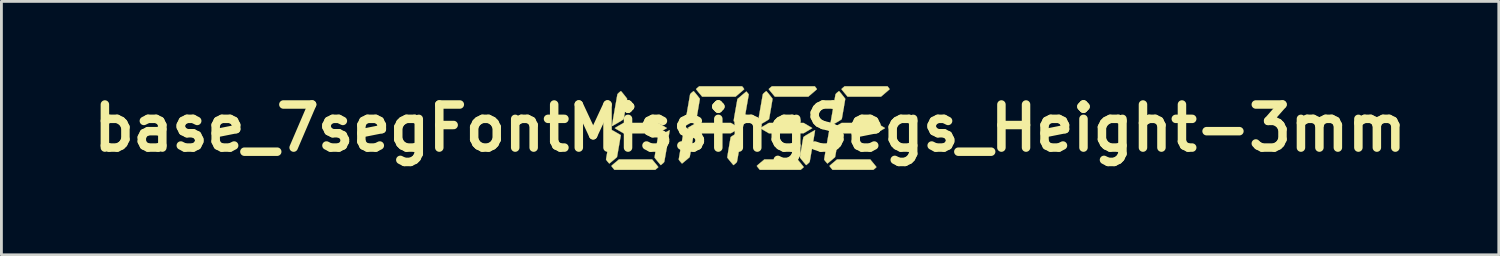
<source format=kicad_pcb>
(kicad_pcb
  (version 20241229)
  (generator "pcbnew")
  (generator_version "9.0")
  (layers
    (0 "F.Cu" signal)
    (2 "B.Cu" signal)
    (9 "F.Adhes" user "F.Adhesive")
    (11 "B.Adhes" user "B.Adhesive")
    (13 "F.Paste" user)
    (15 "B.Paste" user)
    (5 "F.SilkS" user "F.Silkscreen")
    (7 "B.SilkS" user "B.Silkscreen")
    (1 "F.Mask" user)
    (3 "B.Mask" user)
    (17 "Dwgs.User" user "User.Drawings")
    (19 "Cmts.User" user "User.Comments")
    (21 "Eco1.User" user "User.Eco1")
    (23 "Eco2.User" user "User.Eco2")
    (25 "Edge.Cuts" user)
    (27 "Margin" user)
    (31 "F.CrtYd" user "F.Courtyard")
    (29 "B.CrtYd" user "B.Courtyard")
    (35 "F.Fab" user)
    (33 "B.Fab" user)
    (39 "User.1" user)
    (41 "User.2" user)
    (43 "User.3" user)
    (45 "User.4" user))
  (footprint "base_7segFontMissingSegs_Height-3mm"
    (layer "F.Cu")
    (at 23.484 1.481)
    (property "Reference" "base_7segFontMissingSegs_Height-3mm" (at 0 0 0) (layer "F.SilkS") (effects (font (size 1.524 1.524) (thickness 0.3))))
    (attr through_hole)
    (fp_poly (pts (xy -3.356 1.242) (xy -3.323 1.281) (xy -3.295 1.316) (xy -3.272 1.345) (xy -3.256 1.366) (xy -3.248 1.378) (xy -3.247 1.379) (xy -3.253 1.387) (xy -3.268 1.401) (xy -3.29 1.421) (xy -3.302 1.431) (xy -3.356 1.476) (xy -4.799 1.476) (xy -4.853 1.411) (xy -4.875 1.383) (xy -4.893 1.36) (xy -4.904 1.344) (xy -4.907 1.339) (xy -4.901 1.332) (xy -4.884 1.316) (xy -4.859 1.294) (xy -4.827 1.266) (xy -4.79 1.235) (xy -4.774 1.222) (xy -4.642 1.111) (xy -3.465 1.111) (xy -3.356 1.242)) (stroke (width 0.01) (type solid)) (fill yes) (layer "F.SilkS"))
    (fp_poly (pts (xy 1.788 1.242) (xy 1.82 1.281) (xy 1.848 1.316) (xy 1.872 1.345) (xy 1.888 1.366) (xy 1.896 1.378) (xy 1.897 1.379) (xy 1.891 1.387) (xy 1.875 1.401) (xy 1.853 1.421) (xy 1.842 1.431) (xy 1.788 1.476) (xy 0.344 1.476) (xy 0.291 1.411) (xy 0.269 1.383) (xy 0.251 1.36) (xy 0.24 1.344) (xy 0.237 1.339) (xy 0.243 1.332) (xy 0.259 1.316) (xy 0.284 1.294) (xy 0.316 1.266) (xy 0.353 1.235) (xy 0.369 1.222) (xy 0.502 1.111) (xy 1.679 1.111) (xy 1.788 1.242)) (stroke (width 0.01) (type solid)) (fill yes) (layer "F.SilkS"))
    (fp_poly (pts (xy 4.36 1.242) (xy 4.392 1.281) (xy 4.42 1.316) (xy 4.443 1.345) (xy 4.46 1.366) (xy 4.468 1.378) (xy 4.468 1.379) (xy 4.462 1.387) (xy 4.447 1.401) (xy 4.425 1.421) (xy 4.414 1.431) (xy 4.359 1.476) (xy 2.916 1.476) (xy 2.862 1.411) (xy 2.84 1.383) (xy 2.823 1.36) (xy 2.812 1.344) (xy 2.809 1.339) (xy 2.814 1.332) (xy 2.831 1.316) (xy 2.856 1.294) (xy 2.888 1.266) (xy 2.925 1.235) (xy 2.941 1.222) (xy 3.073 1.111) (xy 4.251 1.111) (xy 4.36 1.242)) (stroke (width 0.01) (type solid)) (fill yes) (layer "F.SilkS"))
    (fp_poly (pts (xy -1.042 -1.476) (xy -0.282 -1.476) (xy -0.243 -1.429) (xy -0.226 -1.405) (xy -0.214 -1.386) (xy -0.21 -1.375) (xy -0.21 -1.374) (xy -0.217 -1.367) (xy -0.235 -1.351) (xy -0.261 -1.328) (xy -0.294 -1.299) (xy -0.333 -1.266) (xy -0.365 -1.239) (xy -0.515 -1.111) (xy -1.695 -1.111) (xy -1.804 -1.242) (xy -1.836 -1.281) (xy -1.864 -1.316) (xy -1.887 -1.345) (xy -1.904 -1.366) (xy -1.912 -1.378) (xy -1.912 -1.379) (xy -1.906 -1.386) (xy -1.891 -1.401) (xy -1.869 -1.421) (xy -1.857 -1.431) (xy -1.803 -1.476) (xy -1.042 -1.476)) (stroke (width 0.01) (type solid)) (fill yes) (layer "F.SilkS"))
    (fp_poly (pts (xy 1.53 -1.476) (xy 2.29 -1.476) (xy 2.328 -1.429) (xy 2.346 -1.405) (xy 2.358 -1.386) (xy 2.362 -1.375) (xy 2.362 -1.374) (xy 2.355 -1.367) (xy 2.337 -1.351) (xy 2.311 -1.328) (xy 2.277 -1.299) (xy 2.239 -1.266) (xy 2.207 -1.239) (xy 2.057 -1.111) (xy 0.877 -1.111) (xy 0.768 -1.242) (xy 0.736 -1.281) (xy 0.707 -1.316) (xy 0.684 -1.345) (xy 0.668 -1.366) (xy 0.66 -1.378) (xy 0.659 -1.379) (xy 0.665 -1.386) (xy 0.681 -1.401) (xy 0.703 -1.421) (xy 0.715 -1.431) (xy 0.769 -1.476) (xy 1.53 -1.476)) (stroke (width 0.01) (type solid)) (fill yes) (layer "F.SilkS"))
    (fp_poly (pts (xy 4.101 -1.476) (xy 4.862 -1.476) (xy 4.9 -1.429) (xy 4.918 -1.405) (xy 4.93 -1.386) (xy 4.934 -1.375) (xy 4.933 -1.374) (xy 4.926 -1.367) (xy 4.909 -1.351) (xy 4.882 -1.328) (xy 4.849 -1.299) (xy 4.81 -1.266) (xy 4.779 -1.239) (xy 4.628 -1.111) (xy 3.449 -1.111) (xy 3.34 -1.242) (xy 3.308 -1.281) (xy 3.279 -1.316) (xy 3.256 -1.345) (xy 3.24 -1.366) (xy 3.232 -1.378) (xy 3.231 -1.379) (xy 3.237 -1.386) (xy 3.253 -1.401) (xy 3.275 -1.421) (xy 3.286 -1.431) (xy 3.341 -1.476) (xy 4.101 -1.476)) (stroke (width 0.01) (type solid)) (fill yes) (layer "F.SilkS"))
    (fp_poly (pts (xy -3.099 -0.093) (xy -3.054 -0.067) (xy -3.015 -0.044) (xy -2.983 -0.024) (xy -2.959 -0.01) (xy -2.947 -0.002) (xy -2.945 0) (xy -2.952 0.005) (xy -2.97 0.017) (xy -2.998 0.034) (xy -3.035 0.055) (xy -3.077 0.08) (xy -3.099 0.093) (xy -3.253 0.183) (xy -3.867 0.182) (xy -4.481 0.182) (xy -4.633 0.093) (xy -4.678 0.067) (xy -4.717 0.044) (xy -4.749 0.024) (xy -4.772 0.01) (xy -4.785 0.001) (xy -4.786 0) (xy -4.78 -0.005) (xy -4.761 -0.017) (xy -4.733 -0.034) (xy -4.697 -0.055) (xy -4.655 -0.08) (xy -4.632 -0.093) (xy -4.477 -0.183) (xy -3.252 -0.183) (xy -3.099 -0.093)) (stroke (width 0.01) (type solid)) (fill yes) (layer "F.SilkS"))
    (fp_poly (pts (xy -0.527 -0.093) (xy -0.482 -0.067) (xy -0.443 -0.044) (xy -0.411 -0.024) (xy -0.387 -0.01) (xy -0.375 -0.002) (xy -0.373 0) (xy -0.38 0.005) (xy -0.398 0.017) (xy -0.427 0.034) (xy -0.463 0.055) (xy -0.505 0.08) (xy -0.528 0.093) (xy -0.682 0.183) (xy -1.295 0.182) (xy -1.909 0.182) (xy -2.062 0.093) (xy -2.106 0.067) (xy -2.145 0.044) (xy -2.177 0.024) (xy -2.2 0.01) (xy -2.213 0.001) (xy -2.214 0) (xy -2.208 -0.005) (xy -2.189 -0.017) (xy -2.161 -0.034) (xy -2.125 -0.055) (xy -2.083 -0.08) (xy -2.06 -0.093) (xy -1.906 -0.183) (xy -0.68 -0.183) (xy -0.527 -0.093)) (stroke (width 0.01) (type solid)) (fill yes) (layer "F.SilkS"))
    (fp_poly (pts (xy 2.045 -0.093) (xy 2.089 -0.067) (xy 2.129 -0.044) (xy 2.161 -0.024) (xy 2.184 -0.01) (xy 2.197 -0.002) (xy 2.198 0) (xy 2.192 0.005) (xy 2.173 0.017) (xy 2.145 0.034) (xy 2.109 0.055) (xy 2.067 0.08) (xy 2.044 0.093) (xy 1.89 0.183) (xy 1.276 0.182) (xy 0.663 0.182) (xy 0.51 0.093) (xy 0.466 0.067) (xy 0.427 0.044) (xy 0.395 0.024) (xy 0.371 0.01) (xy 0.359 0.001) (xy 0.357 0) (xy 0.364 -0.005) (xy 0.382 -0.017) (xy 0.411 -0.034) (xy 0.447 -0.055) (xy 0.489 -0.08) (xy 0.512 -0.093) (xy 0.666 -0.183) (xy 1.891 -0.183) (xy 2.045 -0.093)) (stroke (width 0.01) (type solid)) (fill yes) (layer "F.SilkS"))
    (fp_poly (pts (xy 4.617 -0.093) (xy 4.661 -0.067) (xy 4.7 -0.044) (xy 4.733 -0.024) (xy 4.756 -0.01) (xy 4.769 -0.002) (xy 4.77 0) (xy 4.764 0.005) (xy 4.745 0.017) (xy 4.717 0.034) (xy 4.681 0.055) (xy 4.639 0.08) (xy 4.616 0.093) (xy 4.462 0.183) (xy 3.848 0.182) (xy 3.235 0.182) (xy 3.082 0.093) (xy 3.038 0.067) (xy 2.999 0.044) (xy 2.966 0.024) (xy 2.943 0.01) (xy 2.931 0.001) (xy 2.929 0) (xy 2.936 -0.005) (xy 2.954 -0.017) (xy 2.982 -0.034) (xy 3.019 -0.055) (xy 3.061 -0.08) (xy 3.083 -0.093) (xy 3.238 -0.183) (xy 4.463 -0.183) (xy 4.617 -0.093)) (stroke (width 0.01) (type solid)) (fill yes) (layer "F.SilkS"))
    (fp_poly (pts (xy -0.127 -1.288) (xy -0.113 -1.273) (xy -0.095 -1.251) (xy -0.088 -1.243) (xy -0.047 -1.192) (xy -0.143 -0.645) (xy -0.162 -0.535) (xy -0.179 -0.44) (xy -0.193 -0.358) (xy -0.205 -0.288) (xy -0.216 -0.23) (xy -0.224 -0.183) (xy -0.231 -0.145) (xy -0.236 -0.115) (xy -0.241 -0.093) (xy -0.244 -0.077) (xy -0.246 -0.066) (xy -0.248 -0.06) (xy -0.249 -0.057) (xy -0.25 -0.056) (xy -0.252 -0.056) (xy -0.253 -0.056) (xy -0.261 -0.06) (xy -0.28 -0.071) (xy -0.31 -0.088) (xy -0.347 -0.109) (xy -0.39 -0.134) (xy -0.413 -0.148) (xy -0.458 -0.175) (xy -0.499 -0.198) (xy -0.533 -0.219) (xy -0.559 -0.234) (xy -0.574 -0.243) (xy -0.577 -0.245) (xy -0.579 -0.25) (xy -0.578 -0.265) (xy -0.576 -0.289) (xy -0.571 -0.325) (xy -0.563 -0.372) (xy -0.554 -0.431) (xy -0.541 -0.504) (xy -0.526 -0.591) (xy -0.517 -0.64) (xy -0.448 -1.03) (xy -0.292 -1.162) (xy -0.25 -1.197) (xy -0.212 -1.229) (xy -0.179 -1.256) (xy -0.154 -1.277) (xy -0.138 -1.29) (xy -0.133 -1.294) (xy -0.127 -1.288)) (stroke (width 0.01) (type solid)) (fill yes) (layer "F.SilkS"))
    (fp_poly (pts (xy -2.846 0.082) (xy -2.849 0.104) (xy -2.855 0.138) (xy -2.862 0.184) (xy -2.871 0.24) (xy -2.882 0.303) (xy -2.894 0.373) (xy -2.907 0.449) (xy -2.92 0.527) (xy -2.934 0.608) (xy -2.948 0.689) (xy -2.962 0.77) (xy -2.975 0.847) (xy -2.988 0.921) (xy -3 0.989) (xy -3.011 1.051) (xy -3.02 1.103) (xy -3.028 1.146) (xy -3.034 1.177) (xy -3.036 1.191) (xy -3.045 1.207) (xy -3.066 1.23) (xy -3.097 1.258) (xy -3.1 1.26) (xy -3.125 1.281) (xy -3.145 1.298) (xy -3.158 1.308) (xy -3.161 1.309) (xy -3.166 1.304) (xy -3.18 1.287) (xy -3.202 1.262) (xy -3.228 1.23) (xy -3.259 1.194) (xy -3.269 1.181) (xy -3.301 1.142) (xy -3.33 1.107) (xy -3.353 1.077) (xy -3.37 1.055) (xy -3.378 1.042) (xy -3.379 1.04) (xy -3.378 1.031) (xy -3.375 1.007) (xy -3.37 0.972) (xy -3.363 0.927) (xy -3.354 0.874) (xy -3.345 0.815) (xy -3.334 0.752) (xy -3.323 0.687) (xy -3.312 0.622) (xy -3.301 0.558) (xy -3.291 0.497) (xy -3.281 0.442) (xy -3.273 0.395) (xy -3.266 0.357) (xy -3.26 0.33) (xy -3.259 0.321) (xy -3.252 0.313) (xy -3.233 0.298) (xy -3.201 0.277) (xy -3.157 0.25) (xy -3.1 0.216) (xy -3.052 0.188) (xy -3 0.158) (xy -2.954 0.131) (xy -2.913 0.109) (xy -2.88 0.091) (xy -2.857 0.079) (xy -2.846 0.074) (xy -2.845 0.074) (xy -2.846 0.082)) (stroke (width 0.01) (type solid)) (fill yes) (layer "F.SilkS"))
    (fp_poly (pts (xy -0.274 0.082) (xy -0.277 0.104) (xy -0.283 0.138) (xy -0.29 0.184) (xy -0.3 0.24) (xy -0.31 0.303) (xy -0.322 0.373) (xy -0.335 0.449) (xy -0.348 0.527) (xy -0.362 0.608) (xy -0.376 0.689) (xy -0.39 0.77) (xy -0.404 0.847) (xy -0.416 0.921) (xy -0.428 0.989) (xy -0.439 1.051) (xy -0.449 1.103) (xy -0.456 1.146) (xy -0.462 1.177) (xy -0.465 1.191) (xy -0.474 1.207) (xy -0.494 1.23) (xy -0.525 1.258) (xy -0.528 1.26) (xy -0.553 1.281) (xy -0.574 1.298) (xy -0.586 1.308) (xy -0.589 1.309) (xy -0.595 1.304) (xy -0.609 1.287) (xy -0.63 1.262) (xy -0.657 1.23) (xy -0.687 1.194) (xy -0.698 1.181) (xy -0.73 1.142) (xy -0.758 1.107) (xy -0.781 1.077) (xy -0.798 1.055) (xy -0.807 1.042) (xy -0.807 1.04) (xy -0.806 1.031) (xy -0.803 1.007) (xy -0.798 0.972) (xy -0.791 0.927) (xy -0.782 0.874) (xy -0.773 0.815) (xy -0.762 0.752) (xy -0.751 0.687) (xy -0.74 0.622) (xy -0.73 0.558) (xy -0.719 0.497) (xy -0.709 0.442) (xy -0.701 0.395) (xy -0.694 0.357) (xy -0.689 0.33) (xy -0.687 0.321) (xy -0.68 0.313) (xy -0.661 0.298) (xy -0.629 0.277) (xy -0.585 0.25) (xy -0.528 0.216) (xy -0.48 0.188) (xy -0.429 0.158) (xy -0.382 0.131) (xy -0.341 0.109) (xy -0.309 0.091) (xy -0.286 0.079) (xy -0.274 0.074) (xy -0.273 0.074) (xy -0.274 0.082)) (stroke (width 0.01) (type solid)) (fill yes) (layer "F.SilkS"))
    (fp_poly (pts (xy 2.298 0.082) (xy 2.294 0.104) (xy 2.289 0.138) (xy 2.281 0.184) (xy 2.272 0.24) (xy 2.261 0.303) (xy 2.25 0.373) (xy 2.237 0.449) (xy 2.223 0.527) (xy 2.21 0.608) (xy 2.196 0.689) (xy 2.182 0.77) (xy 2.168 0.847) (xy 2.155 0.921) (xy 2.143 0.989) (xy 2.133 1.051) (xy 2.123 1.103) (xy 2.116 1.146) (xy 2.11 1.177) (xy 2.107 1.191) (xy 2.098 1.207) (xy 2.077 1.23) (xy 2.046 1.258) (xy 2.044 1.26) (xy 2.019 1.281) (xy 1.998 1.298) (xy 1.985 1.308) (xy 1.983 1.309) (xy 1.977 1.304) (xy 1.963 1.287) (xy 1.942 1.262) (xy 1.915 1.23) (xy 1.884 1.194) (xy 1.874 1.181) (xy 1.842 1.142) (xy 1.814 1.107) (xy 1.79 1.077) (xy 1.774 1.055) (xy 1.765 1.042) (xy 1.764 1.04) (xy 1.765 1.031) (xy 1.768 1.007) (xy 1.774 0.972) (xy 1.781 0.927) (xy 1.789 0.874) (xy 1.799 0.815) (xy 1.809 0.752) (xy 1.82 0.687) (xy 1.831 0.622) (xy 1.842 0.558) (xy 1.853 0.497) (xy 1.862 0.442) (xy 1.871 0.395) (xy 1.878 0.357) (xy 1.883 0.33) (xy 1.885 0.321) (xy 1.892 0.313) (xy 1.911 0.298) (xy 1.942 0.277) (xy 1.986 0.25) (xy 2.044 0.216) (xy 2.092 0.188) (xy 2.143 0.158) (xy 2.19 0.131) (xy 2.231 0.109) (xy 2.263 0.091) (xy 2.286 0.079) (xy 2.298 0.074) (xy 2.299 0.074) (xy 2.298 0.082)) (stroke (width 0.01) (type solid)) (fill yes) (layer "F.SilkS"))
    (fp_poly (pts (xy -4.903 0.061) (xy -4.885 0.071) (xy -4.857 0.086) (xy -4.822 0.105) (xy -4.783 0.127) (xy -4.742 0.151) (xy -4.701 0.174) (xy -4.661 0.197) (xy -4.627 0.217) (xy -4.599 0.233) (xy -4.581 0.244) (xy -4.574 0.249) (xy -4.575 0.257) (xy -4.579 0.278) (xy -4.584 0.312) (xy -4.592 0.356) (xy -4.601 0.408) (xy -4.611 0.467) (xy -4.622 0.53) (xy -4.633 0.597) (xy -4.645 0.664) (xy -4.657 0.731) (xy -4.668 0.795) (xy -4.678 0.855) (xy -4.688 0.908) (xy -4.696 0.954) (xy -4.702 0.99) (xy -4.707 1.014) (xy -4.709 1.025) (xy -4.709 1.025) (xy -4.715 1.031) (xy -4.732 1.046) (xy -4.756 1.067) (xy -4.786 1.093) (xy -4.82 1.122) (xy -4.855 1.151) (xy -4.889 1.18) (xy -4.921 1.207) (xy -4.948 1.229) (xy -4.968 1.245) (xy -4.979 1.253) (xy -4.98 1.254) (xy -4.987 1.248) (xy -5.001 1.233) (xy -5.021 1.21) (xy -5.04 1.188) (xy -5.063 1.16) (xy -5.081 1.135) (xy -5.093 1.117) (xy -5.096 1.11) (xy -5.095 1.1) (xy -5.091 1.076) (xy -5.085 1.039) (xy -5.077 0.992) (xy -5.067 0.936) (xy -5.056 0.872) (xy -5.044 0.802) (xy -5.031 0.728) (xy -5.017 0.651) (xy -5.004 0.572) (xy -4.99 0.494) (xy -4.976 0.417) (xy -4.963 0.344) (xy -4.951 0.276) (xy -4.94 0.214) (xy -4.93 0.161) (xy -4.922 0.117) (xy -4.916 0.084) (xy -4.912 0.064) (xy -4.911 0.058) (xy -4.903 0.061)) (stroke (width 0.01) (type solid)) (fill yes) (layer "F.SilkS"))
    (fp_poly (pts (xy -4.55 -1.288) (xy -4.526 -1.26) (xy -4.499 -1.227) (xy -4.469 -1.191) (xy -4.44 -1.154) (xy -4.412 -1.118) (xy -4.387 -1.086) (xy -4.367 -1.06) (xy -4.354 -1.041) (xy -4.35 -1.033) (xy -4.351 -1.023) (xy -4.355 -1) (xy -4.361 -0.964) (xy -4.368 -0.919) (xy -4.377 -0.866) (xy -4.387 -0.808) (xy -4.398 -0.745) (xy -4.409 -0.68) (xy -4.42 -0.615) (xy -4.431 -0.551) (xy -4.442 -0.492) (xy -4.451 -0.438) (xy -4.459 -0.392) (xy -4.466 -0.356) (xy -4.47 -0.331) (xy -4.473 -0.321) (xy -4.479 -0.312) (xy -4.495 -0.299) (xy -4.522 -0.281) (xy -4.561 -0.256) (xy -4.612 -0.225) (xy -4.669 -0.192) (xy -4.731 -0.156) (xy -4.78 -0.128) (xy -4.818 -0.106) (xy -4.846 -0.091) (xy -4.866 -0.08) (xy -4.879 -0.074) (xy -4.887 -0.072) (xy -4.889 -0.073) (xy -4.889 -0.074) (xy -4.888 -0.082) (xy -4.884 -0.105) (xy -4.878 -0.14) (xy -4.87 -0.186) (xy -4.861 -0.242) (xy -4.85 -0.306) (xy -4.838 -0.376) (xy -4.824 -0.451) (xy -4.811 -0.53) (xy -4.797 -0.61) (xy -4.783 -0.691) (xy -4.769 -0.771) (xy -4.755 -0.849) (xy -4.742 -0.922) (xy -4.73 -0.989) (xy -4.72 -1.05) (xy -4.711 -1.101) (xy -4.703 -1.143) (xy -4.698 -1.172) (xy -4.695 -1.189) (xy -4.695 -1.191) (xy -4.686 -1.207) (xy -4.665 -1.23) (xy -4.635 -1.258) (xy -4.631 -1.262) (xy -4.605 -1.283) (xy -4.585 -1.299) (xy -4.572 -1.308) (xy -4.569 -1.309) (xy -4.55 -1.288)) (stroke (width 0.01) (type solid)) (fill yes) (layer "F.SilkS"))
    (fp_poly (pts (xy -2.332 0.061) (xy -2.313 0.071) (xy -2.285 0.086) (xy -2.251 0.105) (xy -2.212 0.127) (xy -2.17 0.151) (xy -2.129 0.174) (xy -2.09 0.197) (xy -2.055 0.217) (xy -2.028 0.233) (xy -2.009 0.244) (xy -2.003 0.249) (xy -2.004 0.257) (xy -2.007 0.278) (xy -2.013 0.312) (xy -2.02 0.356) (xy -2.029 0.408) (xy -2.039 0.467) (xy -2.05 0.53) (xy -2.061 0.597) (xy -2.073 0.664) (xy -2.085 0.731) (xy -2.096 0.795) (xy -2.107 0.855) (xy -2.116 0.908) (xy -2.124 0.954) (xy -2.131 0.99) (xy -2.135 1.014) (xy -2.137 1.025) (xy -2.137 1.025) (xy -2.144 1.031) (xy -2.16 1.046) (xy -2.184 1.067) (xy -2.214 1.093) (xy -2.248 1.122) (xy -2.283 1.151) (xy -2.318 1.18) (xy -2.35 1.207) (xy -2.377 1.229) (xy -2.397 1.245) (xy -2.407 1.253) (xy -2.409 1.254) (xy -2.415 1.248) (xy -2.429 1.233) (xy -2.449 1.21) (xy -2.468 1.188) (xy -2.491 1.16) (xy -2.509 1.135) (xy -2.521 1.117) (xy -2.524 1.11) (xy -2.523 1.1) (xy -2.519 1.076) (xy -2.513 1.039) (xy -2.505 0.992) (xy -2.495 0.936) (xy -2.484 0.872) (xy -2.472 0.802) (xy -2.459 0.728) (xy -2.446 0.651) (xy -2.432 0.572) (xy -2.418 0.494) (xy -2.404 0.417) (xy -2.391 0.344) (xy -2.379 0.276) (xy -2.368 0.214) (xy -2.358 0.161) (xy -2.35 0.117) (xy -2.344 0.084) (xy -2.34 0.064) (xy -2.339 0.058) (xy -2.332 0.061)) (stroke (width 0.01) (type solid)) (fill yes) (layer "F.SilkS"))
    (fp_poly (pts (xy 2.812 0.061) (xy 2.83 0.071) (xy 2.858 0.086) (xy 2.893 0.105) (xy 2.932 0.127) (xy 2.973 0.151) (xy 3.015 0.174) (xy 3.054 0.197) (xy 3.088 0.217) (xy 3.116 0.233) (xy 3.134 0.244) (xy 3.141 0.249) (xy 3.14 0.257) (xy 3.136 0.278) (xy 3.131 0.312) (xy 3.123 0.356) (xy 3.114 0.408) (xy 3.104 0.467) (xy 3.093 0.53) (xy 3.082 0.597) (xy 3.07 0.664) (xy 3.059 0.731) (xy 3.047 0.795) (xy 3.037 0.855) (xy 3.027 0.908) (xy 3.019 0.954) (xy 3.013 0.99) (xy 3.008 1.014) (xy 3.006 1.025) (xy 3.006 1.025) (xy 3 1.031) (xy 2.984 1.046) (xy 2.959 1.067) (xy 2.929 1.093) (xy 2.896 1.122) (xy 2.86 1.151) (xy 2.826 1.18) (xy 2.794 1.207) (xy 2.767 1.229) (xy 2.747 1.245) (xy 2.736 1.253) (xy 2.735 1.254) (xy 2.729 1.248) (xy 2.714 1.233) (xy 2.695 1.21) (xy 2.675 1.188) (xy 2.653 1.16) (xy 2.634 1.135) (xy 2.623 1.117) (xy 2.619 1.11) (xy 2.621 1.1) (xy 2.625 1.076) (xy 2.631 1.039) (xy 2.639 0.992) (xy 2.648 0.936) (xy 2.659 0.872) (xy 2.671 0.802) (xy 2.684 0.728) (xy 2.698 0.651) (xy 2.712 0.572) (xy 2.726 0.494) (xy 2.739 0.417) (xy 2.752 0.344) (xy 2.764 0.276) (xy 2.775 0.214) (xy 2.785 0.161) (xy 2.793 0.117) (xy 2.799 0.084) (xy 2.803 0.064) (xy 2.805 0.058) (xy 2.812 0.061)) (stroke (width 0.01) (type solid)) (fill yes) (layer "F.SilkS"))
    (fp_poly (pts (xy -1.979 -1.288) (xy -1.955 -1.26) (xy -1.928 -1.228) (xy -1.899 -1.192) (xy -1.869 -1.155) (xy -1.841 -1.119) (xy -1.816 -1.087) (xy -1.796 -1.061) (xy -1.783 -1.043) (xy -1.778 -1.034) (xy -1.778 -1.034) (xy -1.779 -1.025) (xy -1.783 -1.001) (xy -1.789 -0.966) (xy -1.796 -0.921) (xy -1.805 -0.869) (xy -1.815 -0.81) (xy -1.826 -0.747) (xy -1.837 -0.682) (xy -1.848 -0.617) (xy -1.859 -0.554) (xy -1.87 -0.495) (xy -1.879 -0.441) (xy -1.887 -0.394) (xy -1.894 -0.358) (xy -1.899 -0.332) (xy -1.901 -0.321) (xy -1.908 -0.313) (xy -1.926 -0.298) (xy -1.957 -0.277) (xy -2 -0.25) (xy -2.057 -0.216) (xy -2.097 -0.193) (xy -2.158 -0.157) (xy -2.207 -0.129) (xy -2.245 -0.107) (xy -2.273 -0.091) (xy -2.293 -0.081) (xy -2.306 -0.076) (xy -2.314 -0.075) (xy -2.317 -0.077) (xy -2.317 -0.083) (xy -2.315 -0.091) (xy -2.315 -0.092) (xy -2.313 -0.104) (xy -2.308 -0.13) (xy -2.301 -0.168) (xy -2.292 -0.219) (xy -2.282 -0.279) (xy -2.27 -0.349) (xy -2.256 -0.426) (xy -2.242 -0.509) (xy -2.226 -0.598) (xy -2.219 -0.643) (xy -2.203 -0.733) (xy -2.188 -0.819) (xy -2.174 -0.899) (xy -2.161 -0.972) (xy -2.15 -1.037) (xy -2.14 -1.092) (xy -2.133 -1.137) (xy -2.127 -1.169) (xy -2.124 -1.187) (xy -2.123 -1.191) (xy -2.114 -1.207) (xy -2.093 -1.231) (xy -2.062 -1.259) (xy -2.059 -1.261) (xy -2.033 -1.282) (xy -2.013 -1.298) (xy -2 -1.307) (xy -1.997 -1.308) (xy -1.979 -1.288)) (stroke (width 0.01) (type solid)) (fill yes) (layer "F.SilkS"))
    (fp_poly (pts (xy 0.593 -1.288) (xy 0.617 -1.26) (xy 0.644 -1.228) (xy 0.673 -1.192) (xy 0.703 -1.155) (xy 0.731 -1.119) (xy 0.756 -1.087) (xy 0.776 -1.061) (xy 0.789 -1.043) (xy 0.794 -1.034) (xy 0.794 -1.034) (xy 0.792 -1.025) (xy 0.789 -1.001) (xy 0.783 -0.966) (xy 0.775 -0.921) (xy 0.766 -0.869) (xy 0.756 -0.81) (xy 0.746 -0.747) (xy 0.735 -0.682) (xy 0.723 -0.617) (xy 0.712 -0.554) (xy 0.702 -0.495) (xy 0.693 -0.441) (xy 0.684 -0.394) (xy 0.678 -0.358) (xy 0.673 -0.332) (xy 0.671 -0.321) (xy 0.664 -0.313) (xy 0.645 -0.298) (xy 0.615 -0.277) (xy 0.571 -0.25) (xy 0.515 -0.216) (xy 0.475 -0.193) (xy 0.413 -0.157) (xy 0.364 -0.129) (xy 0.326 -0.107) (xy 0.298 -0.091) (xy 0.278 -0.081) (xy 0.265 -0.076) (xy 0.258 -0.075) (xy 0.255 -0.077) (xy 0.255 -0.083) (xy 0.257 -0.091) (xy 0.257 -0.092) (xy 0.259 -0.104) (xy 0.264 -0.13) (xy 0.27 -0.168) (xy 0.279 -0.219) (xy 0.29 -0.279) (xy 0.302 -0.349) (xy 0.315 -0.426) (xy 0.33 -0.509) (xy 0.345 -0.598) (xy 0.353 -0.643) (xy 0.369 -0.733) (xy 0.384 -0.819) (xy 0.398 -0.899) (xy 0.41 -0.972) (xy 0.422 -1.037) (xy 0.431 -1.092) (xy 0.439 -1.137) (xy 0.445 -1.169) (xy 0.448 -1.187) (xy 0.449 -1.191) (xy 0.458 -1.207) (xy 0.479 -1.231) (xy 0.51 -1.259) (xy 0.513 -1.261) (xy 0.538 -1.282) (xy 0.559 -1.298) (xy 0.572 -1.307) (xy 0.575 -1.308) (xy 0.593 -1.288)) (stroke (width 0.01) (type solid)) (fill yes) (layer "F.SilkS"))
    (fp_poly (pts (xy 3.165 -1.288) (xy 3.188 -1.26) (xy 3.216 -1.228) (xy 3.245 -1.192) (xy 3.274 -1.155) (xy 3.303 -1.119) (xy 3.327 -1.087) (xy 3.347 -1.061) (xy 3.361 -1.043) (xy 3.365 -1.034) (xy 3.365 -1.034) (xy 3.364 -1.025) (xy 3.36 -1.001) (xy 3.355 -0.966) (xy 3.347 -0.921) (xy 3.338 -0.869) (xy 3.328 -0.81) (xy 3.317 -0.747) (xy 3.306 -0.682) (xy 3.295 -0.617) (xy 3.284 -0.554) (xy 3.274 -0.495) (xy 3.264 -0.441) (xy 3.256 -0.394) (xy 3.25 -0.358) (xy 3.245 -0.332) (xy 3.243 -0.321) (xy 3.236 -0.313) (xy 3.217 -0.298) (xy 3.187 -0.277) (xy 3.143 -0.25) (xy 3.087 -0.216) (xy 3.046 -0.193) (xy 2.985 -0.157) (xy 2.936 -0.129) (xy 2.898 -0.107) (xy 2.87 -0.091) (xy 2.85 -0.081) (xy 2.837 -0.076) (xy 2.83 -0.075) (xy 2.827 -0.077) (xy 2.827 -0.083) (xy 2.828 -0.091) (xy 2.829 -0.092) (xy 2.831 -0.104) (xy 2.835 -0.13) (xy 2.842 -0.168) (xy 2.851 -0.219) (xy 2.862 -0.279) (xy 2.874 -0.349) (xy 2.887 -0.426) (xy 2.902 -0.509) (xy 2.917 -0.598) (xy 2.925 -0.643) (xy 2.941 -0.733) (xy 2.955 -0.819) (xy 2.969 -0.899) (xy 2.982 -0.972) (xy 2.993 -1.037) (xy 3.003 -1.092) (xy 3.011 -1.137) (xy 3.017 -1.169) (xy 3.02 -1.187) (xy 3.021 -1.191) (xy 3.03 -1.207) (xy 3.05 -1.231) (xy 3.082 -1.259) (xy 3.085 -1.261) (xy 3.11 -1.282) (xy 3.131 -1.298) (xy 3.144 -1.307) (xy 3.147 -1.308) (xy 3.165 -1.288)) (stroke (width 0.01) (type solid)) (fill yes) (layer "F.SilkS")))
  (gr_rect
    (start -3 -3)
    (end 49.968 5.963)
    (stroke (width 0.1) (type default))
    (fill no)
    (layer "Edge.Cuts")))
</source>
